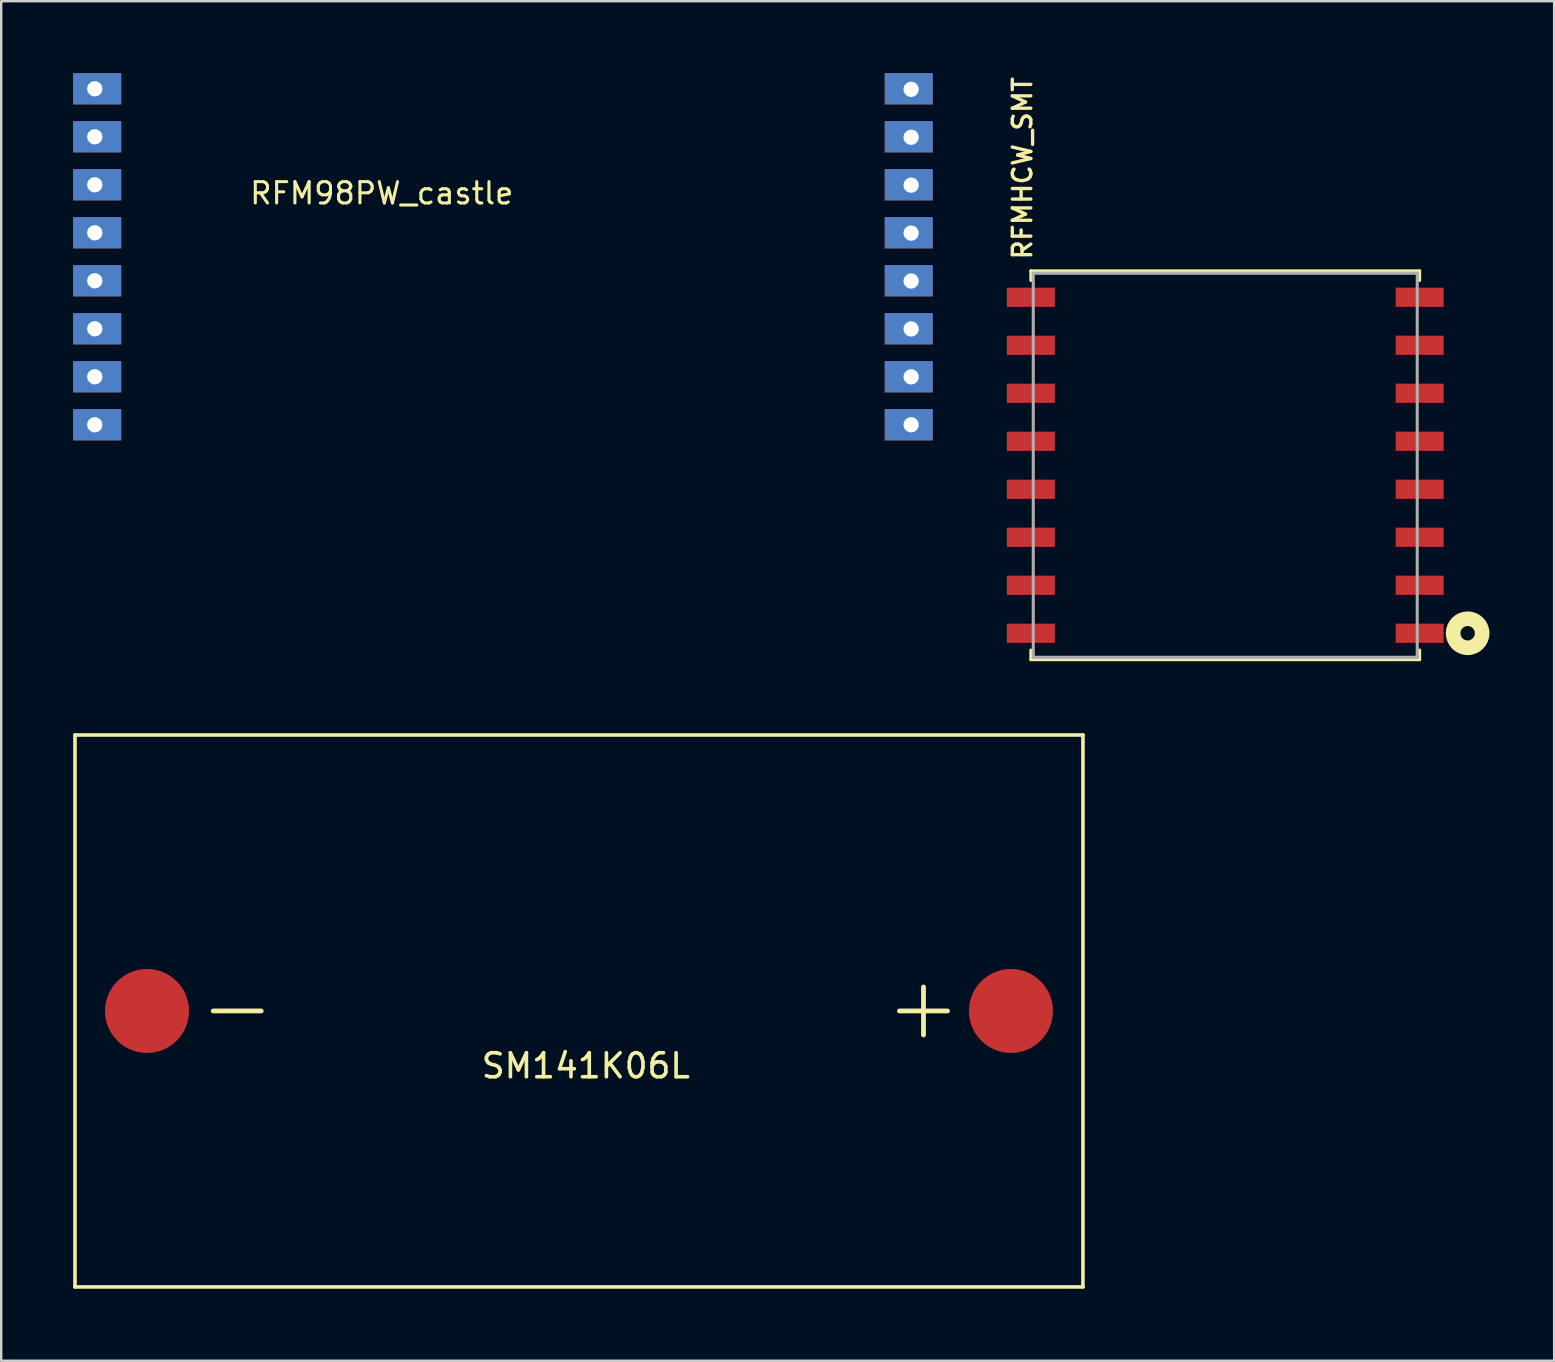
<source format=kicad_pcb>
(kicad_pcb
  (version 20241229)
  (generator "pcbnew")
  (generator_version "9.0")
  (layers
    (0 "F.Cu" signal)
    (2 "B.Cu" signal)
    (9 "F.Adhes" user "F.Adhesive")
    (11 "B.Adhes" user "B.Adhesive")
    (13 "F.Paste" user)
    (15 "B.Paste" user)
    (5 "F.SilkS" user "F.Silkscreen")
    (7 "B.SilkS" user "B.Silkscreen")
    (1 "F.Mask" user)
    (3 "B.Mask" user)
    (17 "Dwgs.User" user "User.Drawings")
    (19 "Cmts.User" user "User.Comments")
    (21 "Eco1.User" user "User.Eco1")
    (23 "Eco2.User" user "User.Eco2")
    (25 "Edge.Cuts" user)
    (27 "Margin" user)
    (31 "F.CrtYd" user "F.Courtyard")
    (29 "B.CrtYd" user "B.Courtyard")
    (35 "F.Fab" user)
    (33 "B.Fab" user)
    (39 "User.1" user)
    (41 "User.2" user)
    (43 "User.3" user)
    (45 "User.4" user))
  (footprint "RFM98PW_castle"
    (layer "F.Cu")
    (at 17.408 7.15)
    (property "Reference" "RFM98PW_castle" (at 1.016 -2.667 0) (layer "F.SilkS") (effects (font (size 0.889 0.889) (thickness 0.127)) (justify right top)))
    (attr through_hole)
    (pad "1" smd rect (at 17.408 7.5) (size 2 1.3) (layers "F.Cu" "F.Mask" "F.Paste"))
    (pad "1" smd rect (at 17.408 7.5) (size 2 1.3) (layers "B.Cu" "B.Mask"))
    (pad "1" thru_hole circle (at 17.508 7.5) (size 1.016 1.016) (drill 0.635) (layers "*.Cu" "*.Mask"))
    (pad "2" smd rect (at 17.408 5.5) (size 2 1.3) (layers "F.Cu" "F.Mask" "F.Paste"))
    (pad "2" smd rect (at 17.408 5.5) (size 2 1.3) (layers "B.Cu" "B.Mask"))
    (pad "2" thru_hole circle (at 17.508 5.503) (size 1.016 1.016) (drill 0.635) (layers "*.Cu" "*.Mask"))
    (pad "3" smd rect (at 17.408 3.5) (size 2 1.3) (layers "F.Cu" "F.Mask" "F.Paste"))
    (pad "3" smd rect (at 17.408 3.5) (size 2 1.3) (layers "B.Cu" "B.Mask"))
    (pad "3" thru_hole circle (at 17.508 3.507) (size 1.016 1.016) (drill 0.635) (layers "*.Cu" "*.Mask"))
    (pad "4" smd rect (at 17.408 1.5) (size 2 1.3) (layers "F.Cu" "F.Mask" "F.Paste"))
    (pad "4" smd rect (at 17.408 1.5) (size 2 1.3) (layers "B.Cu" "B.Mask"))
    (pad "4" thru_hole circle (at 17.508 1.51) (size 1.016 1.016) (drill 0.635) (layers "*.Cu" "*.Mask"))
    (pad "5" smd rect (at 17.408 -0.5) (size 2 1.3) (layers "F.Cu" "F.Mask" "F.Paste"))
    (pad "5" smd rect (at 17.408 -0.5) (size 2 1.3) (layers "B.Cu" "B.Mask"))
    (pad "5" thru_hole circle (at 17.508 -0.487) (size 1.016 1.016) (drill 0.635) (layers "*.Cu" "*.Mask"))
    (pad "6" smd rect (at 17.408 -2.5) (size 2 1.3) (layers "F.Cu" "F.Mask" "F.Paste"))
    (pad "6" smd rect (at 17.408 -2.5) (size 2 1.3) (layers "B.Cu" "B.Mask"))
    (pad "6" thru_hole circle (at 17.508 -2.484) (size 1.016 1.016) (drill 0.635) (layers "*.Cu" "*.Mask"))
    (pad "7" smd rect (at 17.408 -4.5) (size 2 1.3) (layers "F.Cu" "F.Mask" "F.Paste"))
    (pad "7" smd rect (at 17.408 -4.5) (size 2 1.3) (layers "B.Cu" "B.Mask"))
    (pad "7" thru_hole circle (at 17.508 -4.48) (size 1.016 1.016) (drill 0.635) (layers "*.Cu" "*.Mask"))
    (pad "8" smd rect (at 17.408 -6.5) (size 2 1.3) (layers "F.Cu" "F.Mask" "F.Paste"))
    (pad "8" smd rect (at 17.408 -6.5) (size 2 1.3) (layers "B.Cu" "B.Mask"))
    (pad "8" thru_hole circle (at 17.508 -6.477) (size 1.016 1.016) (drill 0.635) (layers "*.Cu" "*.Mask"))
    (pad "9" thru_hole circle (at -16.508 -6.5) (size 1.016 1.016) (drill 0.635) (layers "*.Cu" "*.Mask"))
    (pad "9" smd rect (at -16.408 -6.5) (size 2 1.3) (layers "F.Cu" "F.Mask" "F.Paste"))
    (pad "9" smd rect (at -16.408 -6.5) (size 2 1.3) (layers "B.Cu" "B.Mask"))
    (pad "10" thru_hole circle (at -16.508 -4.5) (size 1.016 1.016) (drill 0.635) (layers "*.Cu" "*.Mask"))
    (pad "10" smd rect (at -16.408 -4.5) (size 2 1.3) (layers "F.Cu" "F.Mask" "F.Paste"))
    (pad "10" smd rect (at -16.408 -4.5) (size 2 1.3) (layers "B.Cu" "B.Mask"))
    (pad "11" thru_hole circle (at -16.508 -2.5) (size 1.016 1.016) (drill 0.635) (layers "*.Cu" "*.Mask"))
    (pad "11" smd rect (at -16.408 -2.5) (size 2 1.3) (layers "F.Cu" "F.Mask" "F.Paste"))
    (pad "11" smd rect (at -16.408 -2.5) (size 2 1.3) (layers "B.Cu" "B.Mask"))
    (pad "12" thru_hole circle (at -16.508 -0.5) (size 1.016 1.016) (drill 0.635) (layers "*.Cu" "*.Mask"))
    (pad "12" smd rect (at -16.408 -0.5) (size 2 1.3) (layers "F.Cu" "F.Mask" "F.Paste"))
    (pad "12" smd rect (at -16.408 -0.5) (size 2 1.3) (layers "B.Cu" "B.Mask"))
    (pad "13" thru_hole circle (at -16.508 1.5) (size 1.016 1.016) (drill 0.635) (layers "*.Cu" "*.Mask"))
    (pad "13" smd rect (at -16.408 1.5) (size 2 1.3) (layers "F.Cu" "F.Mask" "F.Paste"))
    (pad "13" smd rect (at -16.408 1.5) (size 2 1.3) (layers "B.Cu" "B.Mask"))
    (pad "14" thru_hole circle (at -16.508 3.5) (size 1.016 1.016) (drill 0.635) (layers "*.Cu" "*.Mask"))
    (pad "14" smd rect (at -16.408 3.5) (size 2 1.3) (layers "F.Cu" "F.Mask" "F.Paste"))
    (pad "14" smd rect (at -16.408 3.5) (size 2 1.3) (layers "B.Cu" "B.Mask"))
    (pad "15" thru_hole circle (at -16.508 5.5) (size 1.016 1.016) (drill 0.635) (layers "*.Cu" "*.Mask"))
    (pad "15" smd rect (at -16.408 5.5) (size 2 1.3) (layers "F.Cu" "F.Mask" "F.Paste"))
    (pad "15" smd rect (at -16.408 5.5) (size 2 1.3) (layers "B.Cu" "B.Mask"))
    (pad "16" thru_hole circle (at -16.508 7.5) (size 1.016 1.016) (drill 0.635) (layers "*.Cu" "*.Mask"))
    (pad "16" smd rect (at -16.408 7.5) (size 2 1.3) (layers "F.Cu" "F.Mask" "F.Paste"))
    (pad "16" smd rect (at -16.408 7.5) (size 2 1.3) (layers "B.Cu" "B.Mask")))
  (footprint "RFMHCW_SMT"
    (layer "F.Cu")
    (at 48.005 16.337)
    (property "Reference" "RFMHCW_SMT" (at -8 -8.5 270) (layer "F.SilkS") (effects (font (size 0.772 0.772) (thickness 0.139)) (justify left bottom)))
    (attr through_hole)
    (fp_line (start -8.1 -8.1) (end 8.1 -8.1) (stroke (width 0.127) (type solid)) (layer "F.SilkS"))
    (fp_line (start -8.1 -7.7) (end -8.1 -8.1) (stroke (width 0.127) (type solid)) (layer "F.SilkS"))
    (fp_line (start -8.1 7.7) (end -8.1 8.1) (stroke (width 0.127) (type solid)) (layer "F.SilkS"))
    (fp_line (start -8.1 8.1) (end 8.1 8.1) (stroke (width 0.127) (type solid)) (layer "F.SilkS"))
    (fp_line (start 8.1 -8.1) (end 8.1 -7.7) (stroke (width 0.127) (type solid)) (layer "F.SilkS"))
    (fp_line (start 8.1 8.1) (end 8.1 7.7) (stroke (width 0.127) (type solid)) (layer "F.SilkS"))
    (fp_circle (center 10.1 7) (end 10.4 7) (stroke (width 0.61) (type solid)) (fill no) (layer "F.SilkS"))
    (fp_line (start -8 -8) (end 8 -8) (stroke (width 0.127) (type solid)) (layer "F.Fab"))
    (fp_line (start -8 8) (end -8 -8) (stroke (width 0.127) (type solid)) (layer "F.Fab"))
    (fp_line (start 8 -8) (end 8 8) (stroke (width 0.127) (type solid)) (layer "F.Fab"))
    (fp_line (start 8 8) (end -8 8) (stroke (width 0.127) (type solid)) (layer "F.Fab"))
    (pad "1P" smd rect (at 8.1 7 180) (size 2 0.8) (layers "F.Cu" "F.Mask" "F.Paste"))
    (pad "2P" smd rect (at 8.1 5 180) (size 2 0.8) (layers "F.Cu" "F.Mask" "F.Paste"))
    (pad "3P" smd rect (at 8.1 3 180) (size 2 0.8) (layers "F.Cu" "F.Mask" "F.Paste"))
    (pad "4P" smd rect (at 8.1 1 180) (size 2 0.8) (layers "F.Cu" "F.Mask" "F.Paste"))
    (pad "5P" smd rect (at 8.1 -1 180) (size 2 0.8) (layers "F.Cu" "F.Mask" "F.Paste"))
    (pad "6P" smd rect (at 8.1 -3 180) (size 2 0.8) (layers "F.Cu" "F.Mask" "F.Paste"))
    (pad "7P" smd rect (at 8.1 -5 180) (size 2 0.8) (layers "F.Cu" "F.Mask" "F.Paste"))
    (pad "8P" smd rect (at 8.1 -7 180) (size 2 0.8) (layers "F.Cu" "F.Mask" "F.Paste"))
    (pad "9P" smd rect (at -8.1 -7) (size 2 0.8) (layers "F.Cu" "F.Mask" "F.Paste"))
    (pad "10P" smd rect (at -8.1 -5) (size 2 0.8) (layers "F.Cu" "F.Mask" "F.Paste"))
    (pad "11P" smd rect (at -8.1 -3) (size 2 0.8) (layers "F.Cu" "F.Mask" "F.Paste"))
    (pad "12P" smd rect (at -8.1 -1) (size 2 0.8) (layers "F.Cu" "F.Mask" "F.Paste"))
    (pad "13P" smd rect (at -8.1 1) (size 2 0.8) (layers "F.Cu" "F.Mask" "F.Paste"))
    (pad "14P" smd rect (at -8.1 3) (size 2 0.8) (layers "F.Cu" "F.Mask" "F.Paste"))
    (pad "15P" smd rect (at -8.1 5) (size 2 0.8) (layers "F.Cu" "F.Mask" "F.Paste"))
    (pad "16P" smd rect (at -8.1 7) (size 2 0.8) (layers "F.Cu" "F.Mask" "F.Paste")))
  (footprint "SM141K06L"
    (layer "F.Cu")
    (at 21.075 39.076)
    (property "Reference" "SM141K06L" (at 0.286 2.286 0) (layer "F.SilkS") (effects (font (size 1 1) (thickness 0.15))))
    (attr through_hole)
    (fp_line (start -21 -11.5) (end -21 11.5) (stroke (width 0.15) (type solid)) (layer "F.SilkS"))
    (fp_line (start -21 -11.5) (end 21 -11.5) (stroke (width 0.15) (type solid)) (layer "F.SilkS"))
    (fp_line (start -21 11.5) (end 21 11.5) (stroke (width 0.15) (type solid)) (layer "F.SilkS"))
    (fp_line (start -13.24 0) (end -15.24 0) (stroke (width 0.2) (type solid)) (layer "F.SilkS"))
    (fp_line (start 13.356 0) (end 15.356 0) (stroke (width 0.2) (type solid)) (layer "F.SilkS"))
    (fp_line (start 14.356 -1) (end 14.356 1) (stroke (width 0.2) (type solid)) (layer "F.SilkS"))
    (fp_line (start 21 -11.5) (end 21 11.5) (stroke (width 0.15) (type solid)) (layer "F.SilkS"))
    (pad "1" smd circle (at 18 0) (size 3.5 3.5) (layers "F.Cu" "F.Mask" "F.Paste"))
    (pad "2" smd circle (at -18 0) (size 3.5 3.5) (layers "F.Cu" "F.Mask" "F.Paste")))
  (gr_rect
    (start -3 -3)
    (end 61.71 53.651)
    (stroke (width 0.1) (type default))
    (fill no)
    (layer "Edge.Cuts")))
</source>
